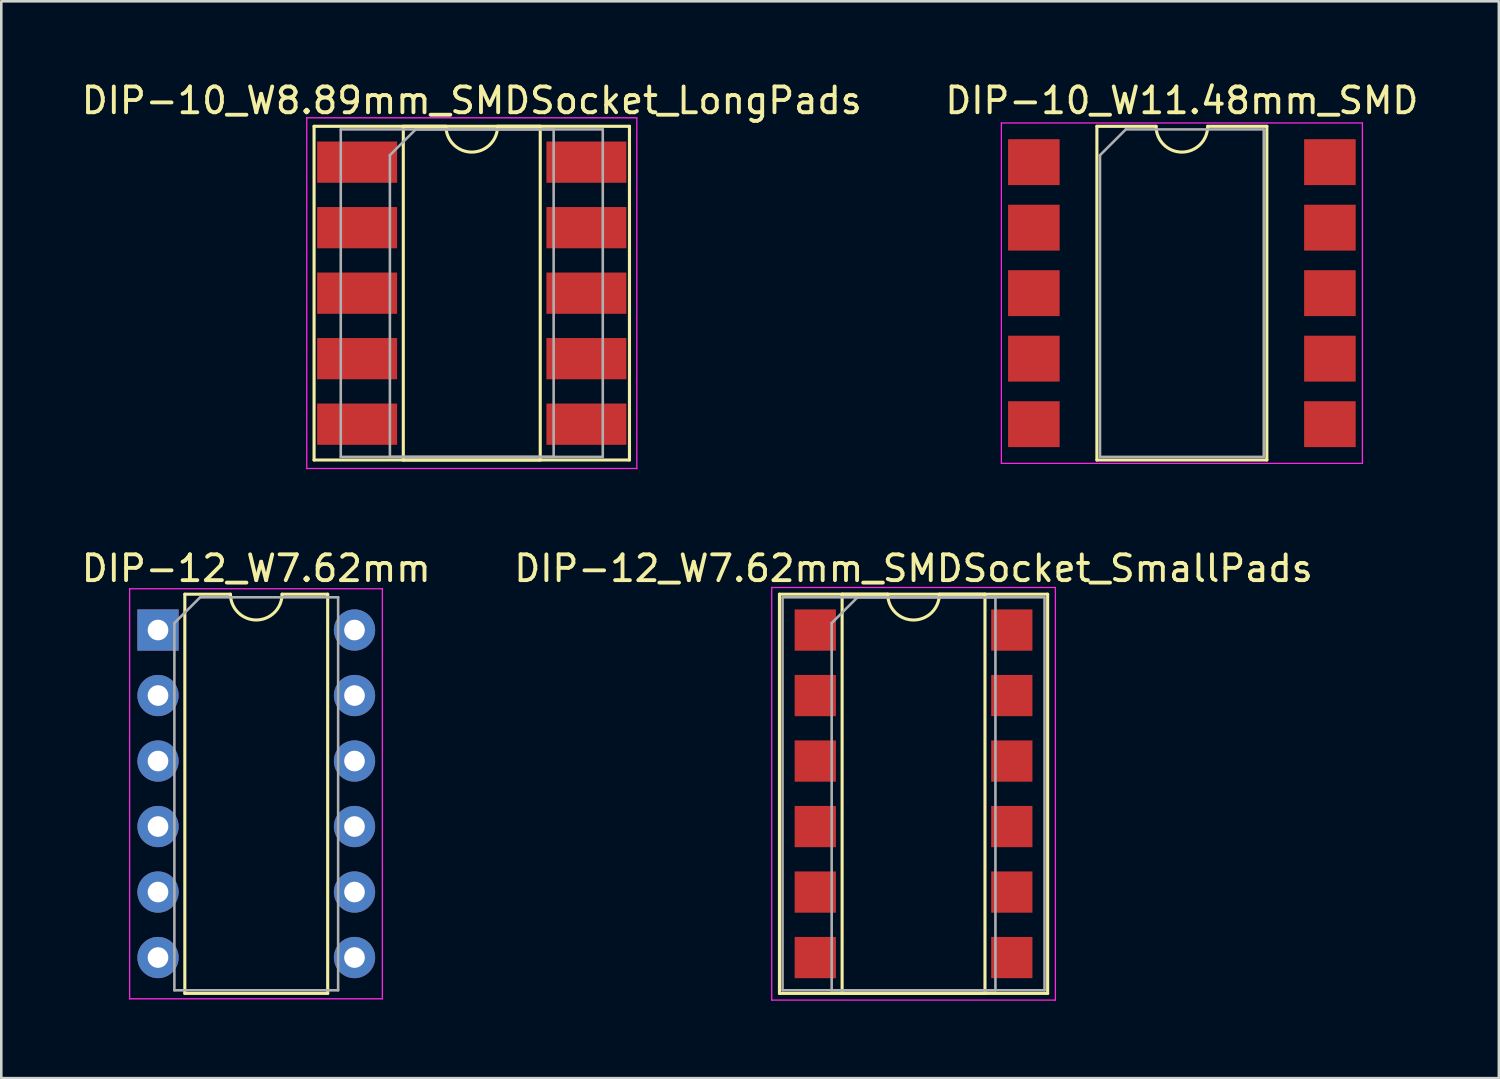
<source format=kicad_pcb>
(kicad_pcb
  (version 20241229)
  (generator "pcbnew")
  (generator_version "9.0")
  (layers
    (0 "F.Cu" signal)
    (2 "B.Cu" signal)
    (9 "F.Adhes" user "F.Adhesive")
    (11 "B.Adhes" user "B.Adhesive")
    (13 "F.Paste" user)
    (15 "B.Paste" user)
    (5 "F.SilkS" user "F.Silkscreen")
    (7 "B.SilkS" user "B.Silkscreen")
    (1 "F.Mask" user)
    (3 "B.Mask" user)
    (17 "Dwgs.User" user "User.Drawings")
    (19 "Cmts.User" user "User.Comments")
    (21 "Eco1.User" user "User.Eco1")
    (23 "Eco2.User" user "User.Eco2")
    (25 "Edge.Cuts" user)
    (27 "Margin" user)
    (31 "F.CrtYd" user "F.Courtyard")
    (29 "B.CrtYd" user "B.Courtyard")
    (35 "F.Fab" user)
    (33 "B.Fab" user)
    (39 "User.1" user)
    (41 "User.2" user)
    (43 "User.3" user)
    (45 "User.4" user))
  (footprint "DIP-10_W8.89mm_SMDSocket_LongPads"
    (layer "F.Cu")
    (at 15.244 8.318)
    (property "Reference" "DIP-10_W8.89mm_SMDSocket_LongPads" (at 0 -7.47 0) (layer "F.SilkS") (effects (font (size 1 1) (thickness 0.15))))
    (attr smd)
    (fp_line (start -6.115 -6.47) (end -6.115 6.47) (stroke (width 0.12) (type solid)) (layer "F.SilkS"))
    (fp_line (start -6.115 6.47) (end 6.115 6.47) (stroke (width 0.12) (type solid)) (layer "F.SilkS"))
    (fp_line (start -2.655 -6.47) (end -2.655 6.47) (stroke (width 0.12) (type solid)) (layer "F.SilkS"))
    (fp_line (start -2.655 6.47) (end 2.655 6.47) (stroke (width 0.12) (type solid)) (layer "F.SilkS"))
    (fp_line (start -1 -6.47) (end -2.655 -6.47) (stroke (width 0.12) (type solid)) (layer "F.SilkS"))
    (fp_line (start 2.655 -6.47) (end 1 -6.47) (stroke (width 0.12) (type solid)) (layer "F.SilkS"))
    (fp_line (start 2.655 6.47) (end 2.655 -6.47) (stroke (width 0.12) (type solid)) (layer "F.SilkS"))
    (fp_line (start 6.115 -6.47) (end -6.115 -6.47) (stroke (width 0.12) (type solid)) (layer "F.SilkS"))
    (fp_line (start 6.115 6.47) (end 6.115 -6.47) (stroke (width 0.12) (type solid)) (layer "F.SilkS"))
    (fp_arc (start 1 -6.47) (mid 0 -5.47) (end -1 -6.47) (stroke (width 0.12) (type solid)) (layer "F.SilkS"))
    (fp_line (start -6.4 -6.8) (end -6.4 6.8) (stroke (width 0.05) (type solid)) (layer "F.CrtYd"))
    (fp_line (start -6.4 6.8) (end 6.4 6.8) (stroke (width 0.05) (type solid)) (layer "F.CrtYd"))
    (fp_line (start 6.4 -6.8) (end -6.4 -6.8) (stroke (width 0.05) (type solid)) (layer "F.CrtYd"))
    (fp_line (start 6.4 6.8) (end 6.4 -6.8) (stroke (width 0.05) (type solid)) (layer "F.CrtYd"))
    (fp_line (start -5.08 -6.35) (end -5.08 6.35) (stroke (width 0.1) (type solid)) (layer "F.Fab"))
    (fp_line (start -5.08 6.35) (end 5.08 6.35) (stroke (width 0.1) (type solid)) (layer "F.Fab"))
    (fp_line (start -3.175 -5.35) (end -2.175 -6.35) (stroke (width 0.1) (type solid)) (layer "F.Fab"))
    (fp_line (start -3.175 6.35) (end -3.175 -5.35) (stroke (width 0.1) (type solid)) (layer "F.Fab"))
    (fp_line (start -2.175 -6.35) (end 3.175 -6.35) (stroke (width 0.1) (type solid)) (layer "F.Fab"))
    (fp_line (start 3.175 -6.35) (end 3.175 6.35) (stroke (width 0.1) (type solid)) (layer "F.Fab"))
    (fp_line (start 3.175 6.35) (end -3.175 6.35) (stroke (width 0.1) (type solid)) (layer "F.Fab"))
    (fp_line (start 5.08 -6.35) (end -5.08 -6.35) (stroke (width 0.1) (type solid)) (layer "F.Fab"))
    (fp_line (start 5.08 6.35) (end 5.08 -6.35) (stroke (width 0.1) (type solid)) (layer "F.Fab"))
    (pad "1" smd rect (at -4.445 -5.08) (size 3.1 1.6) (layers "F.Cu" "F.Mask"))
    (pad "2" smd rect (at -4.445 -2.54) (size 3.1 1.6) (layers "F.Cu" "F.Mask"))
    (pad "3" smd rect (at -4.445 0) (size 3.1 1.6) (layers "F.Cu" "F.Mask"))
    (pad "4" smd rect (at -4.445 2.54) (size 3.1 1.6) (layers "F.Cu" "F.Mask"))
    (pad "5" smd rect (at -4.445 5.08) (size 3.1 1.6) (layers "F.Cu" "F.Mask"))
    (pad "6" smd rect (at 4.445 5.08) (size 3.1 1.6) (layers "F.Cu" "F.Mask"))
    (pad "7" smd rect (at 4.445 2.54) (size 3.1 1.6) (layers "F.Cu" "F.Mask"))
    (pad "8" smd rect (at 4.445 0) (size 3.1 1.6) (layers "F.Cu" "F.Mask"))
    (pad "9" smd rect (at 4.445 -2.54) (size 3.1 1.6) (layers "F.Cu" "F.Mask"))
    (pad "10" smd rect (at 4.445 -5.08) (size 3.1 1.6) (layers "F.Cu" "F.Mask")))
  (footprint "DIP-12_W7.62mm_SMDSocket_SmallPads"
    (layer "F.Cu")
    (at 32.375 27.732)
    (property "Reference" "DIP-12_W7.62mm_SMDSocket_SmallPads" (at 0 -8.74 0) (layer "F.SilkS") (effects (font (size 1 1) (thickness 0.15))))
    (attr smd)
    (fp_line (start -5.2 -7.74) (end -5.2 7.74) (stroke (width 0.12) (type solid)) (layer "F.SilkS"))
    (fp_line (start -5.2 7.74) (end 5.2 7.74) (stroke (width 0.12) (type solid)) (layer "F.SilkS"))
    (fp_line (start -2.77 -7.74) (end -2.77 7.74) (stroke (width 0.12) (type solid)) (layer "F.SilkS"))
    (fp_line (start -2.77 7.74) (end 2.77 7.74) (stroke (width 0.12) (type solid)) (layer "F.SilkS"))
    (fp_line (start -1 -7.74) (end -2.77 -7.74) (stroke (width 0.12) (type solid)) (layer "F.SilkS"))
    (fp_line (start 2.77 -7.74) (end 1 -7.74) (stroke (width 0.12) (type solid)) (layer "F.SilkS"))
    (fp_line (start 2.77 7.74) (end 2.77 -7.74) (stroke (width 0.12) (type solid)) (layer "F.SilkS"))
    (fp_line (start 5.2 -7.74) (end -5.2 -7.74) (stroke (width 0.12) (type solid)) (layer "F.SilkS"))
    (fp_line (start 5.2 7.74) (end 5.2 -7.74) (stroke (width 0.12) (type solid)) (layer "F.SilkS"))
    (fp_arc (start 1 -7.74) (mid 0 -6.74) (end -1 -7.74) (stroke (width 0.12) (type solid)) (layer "F.SilkS"))
    (fp_line (start -5.5 -8) (end -5.5 8) (stroke (width 0.05) (type solid)) (layer "F.CrtYd"))
    (fp_line (start -5.5 8) (end 5.5 8) (stroke (width 0.05) (type solid)) (layer "F.CrtYd"))
    (fp_line (start 5.5 -8) (end -5.5 -8) (stroke (width 0.05) (type solid)) (layer "F.CrtYd"))
    (fp_line (start 5.5 8) (end 5.5 -8) (stroke (width 0.05) (type solid)) (layer "F.CrtYd"))
    (fp_line (start -5.08 -7.62) (end -5.08 7.62) (stroke (width 0.1) (type solid)) (layer "F.Fab"))
    (fp_line (start -5.08 7.62) (end 5.08 7.62) (stroke (width 0.1) (type solid)) (layer "F.Fab"))
    (fp_line (start -3.175 -6.62) (end -2.175 -7.62) (stroke (width 0.1) (type solid)) (layer "F.Fab"))
    (fp_line (start -3.175 7.62) (end -3.175 -6.62) (stroke (width 0.1) (type solid)) (layer "F.Fab"))
    (fp_line (start -2.175 -7.62) (end 3.175 -7.62) (stroke (width 0.1) (type solid)) (layer "F.Fab"))
    (fp_line (start 3.175 -7.62) (end 3.175 7.62) (stroke (width 0.1) (type solid)) (layer "F.Fab"))
    (fp_line (start 3.175 7.62) (end -3.175 7.62) (stroke (width 0.1) (type solid)) (layer "F.Fab"))
    (fp_line (start 5.08 -7.62) (end -5.08 -7.62) (stroke (width 0.1) (type solid)) (layer "F.Fab"))
    (fp_line (start 5.08 7.62) (end 5.08 -7.62) (stroke (width 0.1) (type solid)) (layer "F.Fab"))
    (pad "1" smd rect (at -3.81 -6.35) (size 1.6 1.6) (layers "F.Cu" "F.Mask"))
    (pad "2" smd rect (at -3.81 -3.81) (size 1.6 1.6) (layers "F.Cu" "F.Mask"))
    (pad "3" smd rect (at -3.81 -1.27) (size 1.6 1.6) (layers "F.Cu" "F.Mask"))
    (pad "4" smd rect (at -3.81 1.27) (size 1.6 1.6) (layers "F.Cu" "F.Mask"))
    (pad "5" smd rect (at -3.81 3.81) (size 1.6 1.6) (layers "F.Cu" "F.Mask"))
    (pad "6" smd rect (at -3.81 6.35) (size 1.6 1.6) (layers "F.Cu" "F.Mask"))
    (pad "7" smd rect (at 3.81 6.35) (size 1.6 1.6) (layers "F.Cu" "F.Mask"))
    (pad "8" smd rect (at 3.81 3.81) (size 1.6 1.6) (layers "F.Cu" "F.Mask"))
    (pad "9" smd rect (at 3.81 1.27) (size 1.6 1.6) (layers "F.Cu" "F.Mask"))
    (pad "10" smd rect (at 3.81 -1.27) (size 1.6 1.6) (layers "F.Cu" "F.Mask"))
    (pad "11" smd rect (at 3.81 -3.81) (size 1.6 1.6) (layers "F.Cu" "F.Mask"))
    (pad "12" smd rect (at 3.81 -6.35) (size 1.6 1.6) (layers "F.Cu" "F.Mask")))
  (footprint "DIP-12_W7.62mm"
    (layer "F.Cu")
    (at 3.077 21.381)
    (property "Reference" "DIP-12_W7.62mm" (at 3.81 -2.39 0) (layer "F.SilkS") (effects (font (size 1 1) (thickness 0.15))))
    (attr through_hole)
    (fp_line (start 1.04 -1.39) (end 1.04 14.09) (stroke (width 0.12) (type solid)) (layer "F.SilkS"))
    (fp_line (start 1.04 14.09) (end 6.58 14.09) (stroke (width 0.12) (type solid)) (layer "F.SilkS"))
    (fp_line (start 2.81 -1.39) (end 1.04 -1.39) (stroke (width 0.12) (type solid)) (layer "F.SilkS"))
    (fp_line (start 6.58 -1.39) (end 4.81 -1.39) (stroke (width 0.12) (type solid)) (layer "F.SilkS"))
    (fp_line (start 6.58 14.09) (end 6.58 -1.39) (stroke (width 0.12) (type solid)) (layer "F.SilkS"))
    (fp_arc (start 4.81 -1.39) (mid 3.81 -0.39) (end 2.81 -1.39) (stroke (width 0.12) (type solid)) (layer "F.SilkS"))
    (fp_line (start -1.1 -1.6) (end -1.1 14.3) (stroke (width 0.05) (type solid)) (layer "F.CrtYd"))
    (fp_line (start -1.1 14.3) (end 8.7 14.3) (stroke (width 0.05) (type solid)) (layer "F.CrtYd"))
    (fp_line (start 8.7 -1.6) (end -1.1 -1.6) (stroke (width 0.05) (type solid)) (layer "F.CrtYd"))
    (fp_line (start 8.7 14.3) (end 8.7 -1.6) (stroke (width 0.05) (type solid)) (layer "F.CrtYd"))
    (fp_line (start 0.635 -0.27) (end 1.635 -1.27) (stroke (width 0.1) (type solid)) (layer "F.Fab"))
    (fp_line (start 0.635 13.97) (end 0.635 -0.27) (stroke (width 0.1) (type solid)) (layer "F.Fab"))
    (fp_line (start 1.635 -1.27) (end 6.985 -1.27) (stroke (width 0.1) (type solid)) (layer "F.Fab"))
    (fp_line (start 6.985 -1.27) (end 6.985 13.97) (stroke (width 0.1) (type solid)) (layer "F.Fab"))
    (fp_line (start 6.985 13.97) (end 0.635 13.97) (stroke (width 0.1) (type solid)) (layer "F.Fab"))
    (pad "1" thru_hole rect (at 0 0) (size 1.6 1.6) (drill 0.8) (layers "*.Cu" "*.Mask"))
    (pad "2" thru_hole oval (at 0 2.54) (size 1.6 1.6) (drill 0.8) (layers "*.Cu" "*.Mask"))
    (pad "3" thru_hole oval (at 0 5.08) (size 1.6 1.6) (drill 0.8) (layers "*.Cu" "*.Mask"))
    (pad "4" thru_hole oval (at 0 7.62) (size 1.6 1.6) (drill 0.8) (layers "*.Cu" "*.Mask"))
    (pad "5" thru_hole oval (at 0 10.16) (size 1.6 1.6) (drill 0.8) (layers "*.Cu" "*.Mask"))
    (pad "6" thru_hole oval (at 0 12.7) (size 1.6 1.6) (drill 0.8) (layers "*.Cu" "*.Mask"))
    (pad "7" thru_hole oval (at 7.62 12.7) (size 1.6 1.6) (drill 0.8) (layers "*.Cu" "*.Mask"))
    (pad "8" thru_hole oval (at 7.62 10.16) (size 1.6 1.6) (drill 0.8) (layers "*.Cu" "*.Mask"))
    (pad "9" thru_hole oval (at 7.62 7.62) (size 1.6 1.6) (drill 0.8) (layers "*.Cu" "*.Mask"))
    (pad "10" thru_hole oval (at 7.62 5.08) (size 1.6 1.6) (drill 0.8) (layers "*.Cu" "*.Mask"))
    (pad "11" thru_hole oval (at 7.62 2.54) (size 1.6 1.6) (drill 0.8) (layers "*.Cu" "*.Mask"))
    (pad "12" thru_hole oval (at 7.62 0) (size 1.6 1.6) (drill 0.8) (layers "*.Cu" "*.Mask")))
  (footprint "DIP-10_W11.48mm_SMD"
    (layer "F.Cu")
    (at 42.78 8.318)
    (property "Reference" "DIP-10_W11.48mm_SMD" (at 0 -7.47 0) (layer "F.SilkS") (effects (font (size 1 1) (thickness 0.15))))
    (attr smd)
    (fp_line (start -3.295 -6.47) (end -3.295 6.47) (stroke (width 0.12) (type solid)) (layer "F.SilkS"))
    (fp_line (start -3.295 6.47) (end 3.295 6.47) (stroke (width 0.12) (type solid)) (layer "F.SilkS"))
    (fp_line (start -1 -6.47) (end -3.295 -6.47) (stroke (width 0.12) (type solid)) (layer "F.SilkS"))
    (fp_line (start 3.295 -6.47) (end 1 -6.47) (stroke (width 0.12) (type solid)) (layer "F.SilkS"))
    (fp_line (start 3.295 6.47) (end 3.295 -6.47) (stroke (width 0.12) (type solid)) (layer "F.SilkS"))
    (fp_arc (start 1 -6.47) (mid 0 -5.47) (end -1 -6.47) (stroke (width 0.12) (type solid)) (layer "F.SilkS"))
    (fp_line (start -7 -6.6) (end -7 6.6) (stroke (width 0.05) (type solid)) (layer "F.CrtYd"))
    (fp_line (start -7 6.6) (end 7 6.6) (stroke (width 0.05) (type solid)) (layer "F.CrtYd"))
    (fp_line (start 7 -6.6) (end -7 -6.6) (stroke (width 0.05) (type solid)) (layer "F.CrtYd"))
    (fp_line (start 7 6.6) (end 7 -6.6) (stroke (width 0.05) (type solid)) (layer "F.CrtYd"))
    (fp_line (start -3.175 -5.35) (end -2.175 -6.35) (stroke (width 0.1) (type solid)) (layer "F.Fab"))
    (fp_line (start -3.175 6.35) (end -3.175 -5.35) (stroke (width 0.1) (type solid)) (layer "F.Fab"))
    (fp_line (start -2.175 -6.35) (end 3.175 -6.35) (stroke (width 0.1) (type solid)) (layer "F.Fab"))
    (fp_line (start 3.175 -6.35) (end 3.175 6.35) (stroke (width 0.1) (type solid)) (layer "F.Fab"))
    (fp_line (start 3.175 6.35) (end -3.175 6.35) (stroke (width 0.1) (type solid)) (layer "F.Fab"))
    (pad "1" smd rect (at -5.74 -5.08) (size 2 1.78) (layers "F.Cu" "F.Mask"))
    (pad "2" smd rect (at -5.74 -2.54) (size 2 1.78) (layers "F.Cu" "F.Mask"))
    (pad "3" smd rect (at -5.74 0) (size 2 1.78) (layers "F.Cu" "F.Mask"))
    (pad "4" smd rect (at -5.74 2.54) (size 2 1.78) (layers "F.Cu" "F.Mask"))
    (pad "5" smd rect (at -5.74 5.08) (size 2 1.78) (layers "F.Cu" "F.Mask"))
    (pad "6" smd rect (at 5.74 5.08) (size 2 1.78) (layers "F.Cu" "F.Mask"))
    (pad "7" smd rect (at 5.74 2.54) (size 2 1.78) (layers "F.Cu" "F.Mask"))
    (pad "8" smd rect (at 5.74 0) (size 2 1.78) (layers "F.Cu" "F.Mask"))
    (pad "9" smd rect (at 5.74 -2.54) (size 2 1.78) (layers "F.Cu" "F.Mask"))
    (pad "10" smd rect (at 5.74 -5.08) (size 2 1.78) (layers "F.Cu" "F.Mask")))
  (gr_rect
    (start -3 -3)
    (end 55.071 38.757)
    (stroke (width 0.1) (type default))
    (fill no)
    (layer "Edge.Cuts")))
</source>
